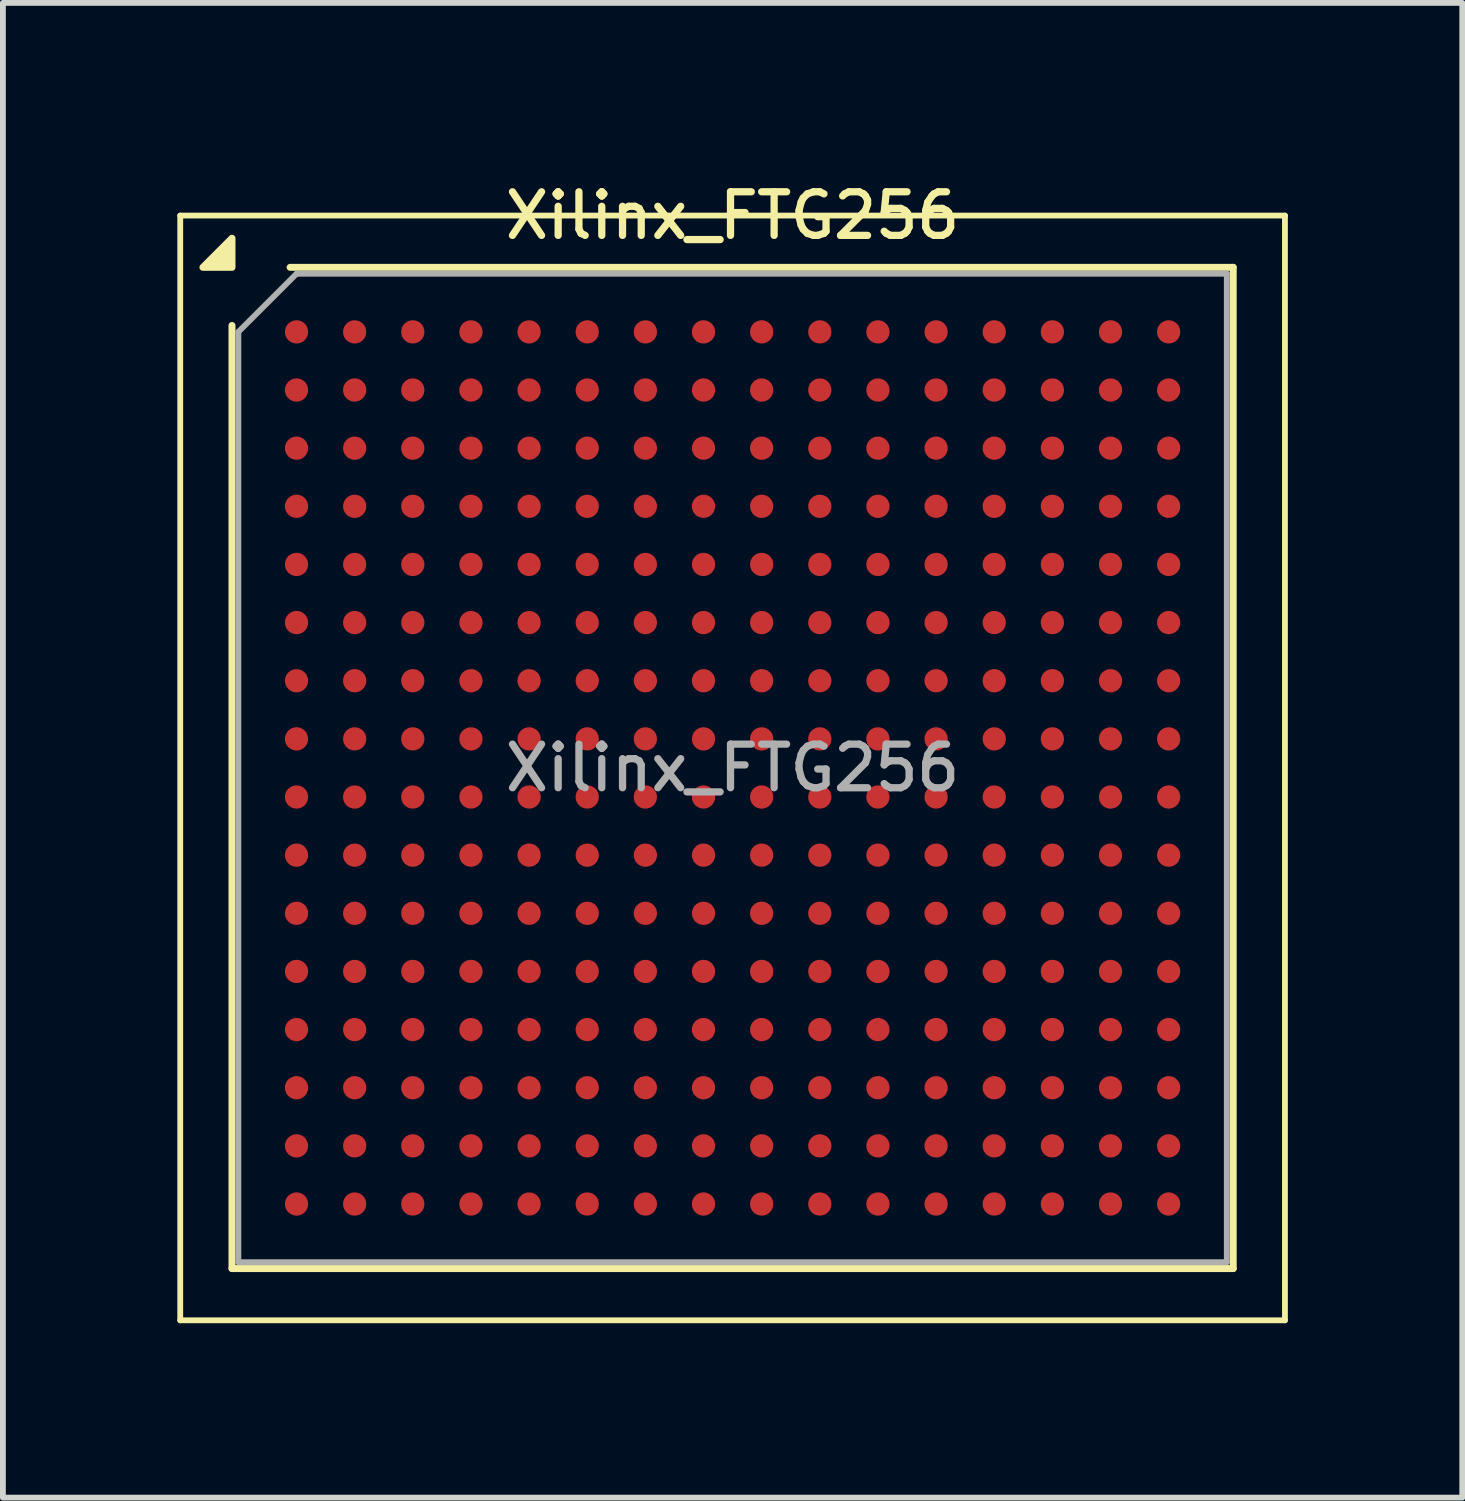
<source format=kicad_pcb>
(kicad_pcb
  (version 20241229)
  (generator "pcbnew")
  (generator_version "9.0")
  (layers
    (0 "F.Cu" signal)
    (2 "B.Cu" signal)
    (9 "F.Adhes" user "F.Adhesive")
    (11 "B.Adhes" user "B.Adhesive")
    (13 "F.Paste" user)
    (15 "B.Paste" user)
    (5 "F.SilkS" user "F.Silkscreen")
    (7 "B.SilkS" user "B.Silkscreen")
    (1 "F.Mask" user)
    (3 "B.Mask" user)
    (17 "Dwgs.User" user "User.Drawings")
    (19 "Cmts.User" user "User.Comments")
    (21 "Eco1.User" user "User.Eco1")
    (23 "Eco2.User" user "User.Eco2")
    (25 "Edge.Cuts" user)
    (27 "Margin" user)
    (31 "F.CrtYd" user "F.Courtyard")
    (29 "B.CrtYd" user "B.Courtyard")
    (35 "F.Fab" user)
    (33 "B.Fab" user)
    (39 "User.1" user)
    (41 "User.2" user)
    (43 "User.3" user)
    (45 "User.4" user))
  (footprint "Xilinx_FTG256"
    (layer "F.Cu")
    (at 9.55 10.158)
    (property "Reference" "Xilinx_FTG256" (at 0 -9.5 0) (layer "F.SilkS") (effects (font (size 0.75 0.75) (thickness 0.125))))
    (attr smd)
    (fp_line (start -9.5 -9.5) (end -9.5 9.5) (stroke (width 0.1) (type solid)) (layer "F.SilkS"))
    (fp_line (start -9.5 9.5) (end 9.5 9.5) (stroke (width 0.1) (type solid)) (layer "F.SilkS"))
    (fp_line (start -8.61 8.61) (end -8.61 -7.61) (stroke (width 0.12) (type solid)) (layer "F.SilkS"))
    (fp_line (start -7.61 -8.61) (end 8.61 -8.61) (stroke (width 0.12) (type solid)) (layer "F.SilkS"))
    (fp_line (start 8.61 -8.61) (end 8.61 8.61) (stroke (width 0.12) (type solid)) (layer "F.SilkS"))
    (fp_line (start 8.61 8.61) (end -8.61 8.61) (stroke (width 0.12) (type solid)) (layer "F.SilkS"))
    (fp_line (start 9.5 -9.5) (end -9.5 -9.5) (stroke (width 0.1) (type solid)) (layer "F.SilkS"))
    (fp_line (start 9.5 9.5) (end 9.5 -9.5) (stroke (width 0.1) (type solid)) (layer "F.SilkS"))
    (fp_poly (pts (xy -8.61 -8.61) (xy -9.11 -8.61) (xy -8.61 -9.11) (xy -8.61 -8.61)) (stroke (width 0.12) (type solid)) (fill yes) (layer "F.SilkS"))
    (fp_line (start -8.5 -7.5) (end -7.5 -8.5) (stroke (width 0.1) (type solid)) (layer "F.Fab"))
    (fp_line (start -8.5 8.5) (end -8.5 -7.5) (stroke (width 0.1) (type solid)) (layer "F.Fab"))
    (fp_line (start -7.5 -8.5) (end 8.5 -8.5) (stroke (width 0.1) (type solid)) (layer "F.Fab"))
    (fp_line (start 8.5 -8.5) (end 8.5 8.5) (stroke (width 0.1) (type solid)) (layer "F.Fab"))
    (fp_line (start 8.5 8.5) (end -8.5 8.5) (stroke (width 0.1) (type solid)) (layer "F.Fab"))
    (fp_text user "${REFERENCE}" (at 0 0 0) (layer "F.Fab") (effects (font (size 0.75 0.75) (thickness 0.125))))
    (pad "A1" smd circle (at -7.5 -7.5) (size 0.4 0.4) (property pad_prop_bga) (layers "F.Cu" "F.Mask" "F.Paste"))
    (pad "A2" smd circle (at -6.5 -7.5) (size 0.4 0.4) (property pad_prop_bga) (layers "F.Cu" "F.Mask" "F.Paste"))
    (pad "A3" smd circle (at -5.5 -7.5) (size 0.4 0.4) (property pad_prop_bga) (layers "F.Cu" "F.Mask" "F.Paste"))
    (pad "A4" smd circle (at -4.5 -7.5) (size 0.4 0.4) (property pad_prop_bga) (layers "F.Cu" "F.Mask" "F.Paste"))
    (pad "A5" smd circle (at -3.5 -7.5) (size 0.4 0.4) (property pad_prop_bga) (layers "F.Cu" "F.Mask" "F.Paste"))
    (pad "A6" smd circle (at -2.5 -7.5) (size 0.4 0.4) (property pad_prop_bga) (layers "F.Cu" "F.Mask" "F.Paste"))
    (pad "A7" smd circle (at -1.5 -7.5) (size 0.4 0.4) (property pad_prop_bga) (layers "F.Cu" "F.Mask" "F.Paste"))
    (pad "A8" smd circle (at -0.5 -7.5) (size 0.4 0.4) (property pad_prop_bga) (layers "F.Cu" "F.Mask" "F.Paste"))
    (pad "A9" smd circle (at 0.5 -7.5) (size 0.4 0.4) (property pad_prop_bga) (layers "F.Cu" "F.Mask" "F.Paste"))
    (pad "A10" smd circle (at 1.5 -7.5) (size 0.4 0.4) (property pad_prop_bga) (layers "F.Cu" "F.Mask" "F.Paste"))
    (pad "A11" smd circle (at 2.5 -7.5) (size 0.4 0.4) (property pad_prop_bga) (layers "F.Cu" "F.Mask" "F.Paste"))
    (pad "A12" smd circle (at 3.5 -7.5) (size 0.4 0.4) (property pad_prop_bga) (layers "F.Cu" "F.Mask" "F.Paste"))
    (pad "A13" smd circle (at 4.5 -7.5) (size 0.4 0.4) (property pad_prop_bga) (layers "F.Cu" "F.Mask" "F.Paste"))
    (pad "A14" smd circle (at 5.5 -7.5) (size 0.4 0.4) (property pad_prop_bga) (layers "F.Cu" "F.Mask" "F.Paste"))
    (pad "A15" smd circle (at 6.5 -7.5) (size 0.4 0.4) (property pad_prop_bga) (layers "F.Cu" "F.Mask" "F.Paste"))
    (pad "A16" smd circle (at 7.5 -7.5) (size 0.4 0.4) (property pad_prop_bga) (layers "F.Cu" "F.Mask" "F.Paste"))
    (pad "B1" smd circle (at -7.5 -6.5) (size 0.4 0.4) (property pad_prop_bga) (layers "F.Cu" "F.Mask" "F.Paste"))
    (pad "B2" smd circle (at -6.5 -6.5) (size 0.4 0.4) (property pad_prop_bga) (layers "F.Cu" "F.Mask" "F.Paste"))
    (pad "B3" smd circle (at -5.5 -6.5) (size 0.4 0.4) (property pad_prop_bga) (layers "F.Cu" "F.Mask" "F.Paste"))
    (pad "B4" smd circle (at -4.5 -6.5) (size 0.4 0.4) (property pad_prop_bga) (layers "F.Cu" "F.Mask" "F.Paste"))
    (pad "B5" smd circle (at -3.5 -6.5) (size 0.4 0.4) (property pad_prop_bga) (layers "F.Cu" "F.Mask" "F.Paste"))
    (pad "B6" smd circle (at -2.5 -6.5) (size 0.4 0.4) (property pad_prop_bga) (layers "F.Cu" "F.Mask" "F.Paste"))
    (pad "B7" smd circle (at -1.5 -6.5) (size 0.4 0.4) (property pad_prop_bga) (layers "F.Cu" "F.Mask" "F.Paste"))
    (pad "B8" smd circle (at -0.5 -6.5) (size 0.4 0.4) (property pad_prop_bga) (layers "F.Cu" "F.Mask" "F.Paste"))
    (pad "B9" smd circle (at 0.5 -6.5) (size 0.4 0.4) (property pad_prop_bga) (layers "F.Cu" "F.Mask" "F.Paste"))
    (pad "B10" smd circle (at 1.5 -6.5) (size 0.4 0.4) (property pad_prop_bga) (layers "F.Cu" "F.Mask" "F.Paste"))
    (pad "B11" smd circle (at 2.5 -6.5) (size 0.4 0.4) (property pad_prop_bga) (layers "F.Cu" "F.Mask" "F.Paste"))
    (pad "B12" smd circle (at 3.5 -6.5) (size 0.4 0.4) (property pad_prop_bga) (layers "F.Cu" "F.Mask" "F.Paste"))
    (pad "B13" smd circle (at 4.5 -6.5) (size 0.4 0.4) (property pad_prop_bga) (layers "F.Cu" "F.Mask" "F.Paste"))
    (pad "B14" smd circle (at 5.5 -6.5) (size 0.4 0.4) (property pad_prop_bga) (layers "F.Cu" "F.Mask" "F.Paste"))
    (pad "B15" smd circle (at 6.5 -6.5) (size 0.4 0.4) (property pad_prop_bga) (layers "F.Cu" "F.Mask" "F.Paste"))
    (pad "B16" smd circle (at 7.5 -6.5) (size 0.4 0.4) (property pad_prop_bga) (layers "F.Cu" "F.Mask" "F.Paste"))
    (pad "C1" smd circle (at -7.5 -5.5) (size 0.4 0.4) (property pad_prop_bga) (layers "F.Cu" "F.Mask" "F.Paste"))
    (pad "C2" smd circle (at -6.5 -5.5) (size 0.4 0.4) (property pad_prop_bga) (layers "F.Cu" "F.Mask" "F.Paste"))
    (pad "C3" smd circle (at -5.5 -5.5) (size 0.4 0.4) (property pad_prop_bga) (layers "F.Cu" "F.Mask" "F.Paste"))
    (pad "C4" smd circle (at -4.5 -5.5) (size 0.4 0.4) (property pad_prop_bga) (layers "F.Cu" "F.Mask" "F.Paste"))
    (pad "C5" smd circle (at -3.5 -5.5) (size 0.4 0.4) (property pad_prop_bga) (layers "F.Cu" "F.Mask" "F.Paste"))
    (pad "C6" smd circle (at -2.5 -5.5) (size 0.4 0.4) (property pad_prop_bga) (layers "F.Cu" "F.Mask" "F.Paste"))
    (pad "C7" smd circle (at -1.5 -5.5) (size 0.4 0.4) (property pad_prop_bga) (layers "F.Cu" "F.Mask" "F.Paste"))
    (pad "C8" smd circle (at -0.5 -5.5) (size 0.4 0.4) (property pad_prop_bga) (layers "F.Cu" "F.Mask" "F.Paste"))
    (pad "C9" smd circle (at 0.5 -5.5) (size 0.4 0.4) (property pad_prop_bga) (layers "F.Cu" "F.Mask" "F.Paste"))
    (pad "C10" smd circle (at 1.5 -5.5) (size 0.4 0.4) (property pad_prop_bga) (layers "F.Cu" "F.Mask" "F.Paste"))
    (pad "C11" smd circle (at 2.5 -5.5) (size 0.4 0.4) (property pad_prop_bga) (layers "F.Cu" "F.Mask" "F.Paste"))
    (pad "C12" smd circle (at 3.5 -5.5) (size 0.4 0.4) (property pad_prop_bga) (layers "F.Cu" "F.Mask" "F.Paste"))
    (pad "C13" smd circle (at 4.5 -5.5) (size 0.4 0.4) (property pad_prop_bga) (layers "F.Cu" "F.Mask" "F.Paste"))
    (pad "C14" smd circle (at 5.5 -5.5) (size 0.4 0.4) (property pad_prop_bga) (layers "F.Cu" "F.Mask" "F.Paste"))
    (pad "C15" smd circle (at 6.5 -5.5) (size 0.4 0.4) (property pad_prop_bga) (layers "F.Cu" "F.Mask" "F.Paste"))
    (pad "C16" smd circle (at 7.5 -5.5) (size 0.4 0.4) (property pad_prop_bga) (layers "F.Cu" "F.Mask" "F.Paste"))
    (pad "D1" smd circle (at -7.5 -4.5) (size 0.4 0.4) (property pad_prop_bga) (layers "F.Cu" "F.Mask" "F.Paste"))
    (pad "D2" smd circle (at -6.5 -4.5) (size 0.4 0.4) (property pad_prop_bga) (layers "F.Cu" "F.Mask" "F.Paste"))
    (pad "D3" smd circle (at -5.5 -4.5) (size 0.4 0.4) (property pad_prop_bga) (layers "F.Cu" "F.Mask" "F.Paste"))
    (pad "D4" smd circle (at -4.5 -4.5) (size 0.4 0.4) (property pad_prop_bga) (layers "F.Cu" "F.Mask" "F.Paste"))
    (pad "D5" smd circle (at -3.5 -4.5) (size 0.4 0.4) (property pad_prop_bga) (layers "F.Cu" "F.Mask" "F.Paste"))
    (pad "D6" smd circle (at -2.5 -4.5) (size 0.4 0.4) (property pad_prop_bga) (layers "F.Cu" "F.Mask" "F.Paste"))
    (pad "D7" smd circle (at -1.5 -4.5) (size 0.4 0.4) (property pad_prop_bga) (layers "F.Cu" "F.Mask" "F.Paste"))
    (pad "D8" smd circle (at -0.5 -4.5) (size 0.4 0.4) (property pad_prop_bga) (layers "F.Cu" "F.Mask" "F.Paste"))
    (pad "D9" smd circle (at 0.5 -4.5) (size 0.4 0.4) (property pad_prop_bga) (layers "F.Cu" "F.Mask" "F.Paste"))
    (pad "D10" smd circle (at 1.5 -4.5) (size 0.4 0.4) (property pad_prop_bga) (layers "F.Cu" "F.Mask" "F.Paste"))
    (pad "D11" smd circle (at 2.5 -4.5) (size 0.4 0.4) (property pad_prop_bga) (layers "F.Cu" "F.Mask" "F.Paste"))
    (pad "D12" smd circle (at 3.5 -4.5) (size 0.4 0.4) (property pad_prop_bga) (layers "F.Cu" "F.Mask" "F.Paste"))
    (pad "D13" smd circle (at 4.5 -4.5) (size 0.4 0.4) (property pad_prop_bga) (layers "F.Cu" "F.Mask" "F.Paste"))
    (pad "D14" smd circle (at 5.5 -4.5) (size 0.4 0.4) (property pad_prop_bga) (layers "F.Cu" "F.Mask" "F.Paste"))
    (pad "D15" smd circle (at 6.5 -4.5) (size 0.4 0.4) (property pad_prop_bga) (layers "F.Cu" "F.Mask" "F.Paste"))
    (pad "D16" smd circle (at 7.5 -4.5) (size 0.4 0.4) (property pad_prop_bga) (layers "F.Cu" "F.Mask" "F.Paste"))
    (pad "E1" smd circle (at -7.5 -3.5) (size 0.4 0.4) (property pad_prop_bga) (layers "F.Cu" "F.Mask" "F.Paste"))
    (pad "E2" smd circle (at -6.5 -3.5) (size 0.4 0.4) (property pad_prop_bga) (layers "F.Cu" "F.Mask" "F.Paste"))
    (pad "E3" smd circle (at -5.5 -3.5) (size 0.4 0.4) (property pad_prop_bga) (layers "F.Cu" "F.Mask" "F.Paste"))
    (pad "E4" smd circle (at -4.5 -3.5) (size 0.4 0.4) (property pad_prop_bga) (layers "F.Cu" "F.Mask" "F.Paste"))
    (pad "E5" smd circle (at -3.5 -3.5) (size 0.4 0.4) (property pad_prop_bga) (layers "F.Cu" "F.Mask" "F.Paste"))
    (pad "E6" smd circle (at -2.5 -3.5) (size 0.4 0.4) (property pad_prop_bga) (layers "F.Cu" "F.Mask" "F.Paste"))
    (pad "E7" smd circle (at -1.5 -3.5) (size 0.4 0.4) (property pad_prop_bga) (layers "F.Cu" "F.Mask" "F.Paste"))
    (pad "E8" smd circle (at -0.5 -3.5) (size 0.4 0.4) (property pad_prop_bga) (layers "F.Cu" "F.Mask" "F.Paste"))
    (pad "E9" smd circle (at 0.5 -3.5) (size 0.4 0.4) (property pad_prop_bga) (layers "F.Cu" "F.Mask" "F.Paste"))
    (pad "E10" smd circle (at 1.5 -3.5) (size 0.4 0.4) (property pad_prop_bga) (layers "F.Cu" "F.Mask" "F.Paste"))
    (pad "E11" smd circle (at 2.5 -3.5) (size 0.4 0.4) (property pad_prop_bga) (layers "F.Cu" "F.Mask" "F.Paste"))
    (pad "E12" smd circle (at 3.5 -3.5) (size 0.4 0.4) (property pad_prop_bga) (layers "F.Cu" "F.Mask" "F.Paste"))
    (pad "E13" smd circle (at 4.5 -3.5) (size 0.4 0.4) (property pad_prop_bga) (layers "F.Cu" "F.Mask" "F.Paste"))
    (pad "E14" smd circle (at 5.5 -3.5) (size 0.4 0.4) (property pad_prop_bga) (layers "F.Cu" "F.Mask" "F.Paste"))
    (pad "E15" smd circle (at 6.5 -3.5) (size 0.4 0.4) (property pad_prop_bga) (layers "F.Cu" "F.Mask" "F.Paste"))
    (pad "E16" smd circle (at 7.5 -3.5) (size 0.4 0.4) (property pad_prop_bga) (layers "F.Cu" "F.Mask" "F.Paste"))
    (pad "F1" smd circle (at -7.5 -2.5) (size 0.4 0.4) (property pad_prop_bga) (layers "F.Cu" "F.Mask" "F.Paste"))
    (pad "F2" smd circle (at -6.5 -2.5) (size 0.4 0.4) (property pad_prop_bga) (layers "F.Cu" "F.Mask" "F.Paste"))
    (pad "F3" smd circle (at -5.5 -2.5) (size 0.4 0.4) (property pad_prop_bga) (layers "F.Cu" "F.Mask" "F.Paste"))
    (pad "F4" smd circle (at -4.5 -2.5) (size 0.4 0.4) (property pad_prop_bga) (layers "F.Cu" "F.Mask" "F.Paste"))
    (pad "F5" smd circle (at -3.5 -2.5) (size 0.4 0.4) (property pad_prop_bga) (layers "F.Cu" "F.Mask" "F.Paste"))
    (pad "F6" smd circle (at -2.5 -2.5) (size 0.4 0.4) (property pad_prop_bga) (layers "F.Cu" "F.Mask" "F.Paste"))
    (pad "F7" smd circle (at -1.5 -2.5) (size 0.4 0.4) (property pad_prop_bga) (layers "F.Cu" "F.Mask" "F.Paste"))
    (pad "F8" smd circle (at -0.5 -2.5) (size 0.4 0.4) (property pad_prop_bga) (layers "F.Cu" "F.Mask" "F.Paste"))
    (pad "F9" smd circle (at 0.5 -2.5) (size 0.4 0.4) (property pad_prop_bga) (layers "F.Cu" "F.Mask" "F.Paste"))
    (pad "F10" smd circle (at 1.5 -2.5) (size 0.4 0.4) (property pad_prop_bga) (layers "F.Cu" "F.Mask" "F.Paste"))
    (pad "F11" smd circle (at 2.5 -2.5) (size 0.4 0.4) (property pad_prop_bga) (layers "F.Cu" "F.Mask" "F.Paste"))
    (pad "F12" smd circle (at 3.5 -2.5) (size 0.4 0.4) (property pad_prop_bga) (layers "F.Cu" "F.Mask" "F.Paste"))
    (pad "F13" smd circle (at 4.5 -2.5) (size 0.4 0.4) (property pad_prop_bga) (layers "F.Cu" "F.Mask" "F.Paste"))
    (pad "F14" smd circle (at 5.5 -2.5) (size 0.4 0.4) (property pad_prop_bga) (layers "F.Cu" "F.Mask" "F.Paste"))
    (pad "F15" smd circle (at 6.5 -2.5) (size 0.4 0.4) (property pad_prop_bga) (layers "F.Cu" "F.Mask" "F.Paste"))
    (pad "F16" smd circle (at 7.5 -2.5) (size 0.4 0.4) (property pad_prop_bga) (layers "F.Cu" "F.Mask" "F.Paste"))
    (pad "G1" smd circle (at -7.5 -1.5) (size 0.4 0.4) (property pad_prop_bga) (layers "F.Cu" "F.Mask" "F.Paste"))
    (pad "G2" smd circle (at -6.5 -1.5) (size 0.4 0.4) (property pad_prop_bga) (layers "F.Cu" "F.Mask" "F.Paste"))
    (pad "G3" smd circle (at -5.5 -1.5) (size 0.4 0.4) (property pad_prop_bga) (layers "F.Cu" "F.Mask" "F.Paste"))
    (pad "G4" smd circle (at -4.5 -1.5) (size 0.4 0.4) (property pad_prop_bga) (layers "F.Cu" "F.Mask" "F.Paste"))
    (pad "G5" smd circle (at -3.5 -1.5) (size 0.4 0.4) (property pad_prop_bga) (layers "F.Cu" "F.Mask" "F.Paste"))
    (pad "G6" smd circle (at -2.5 -1.5) (size 0.4 0.4) (property pad_prop_bga) (layers "F.Cu" "F.Mask" "F.Paste"))
    (pad "G7" smd circle (at -1.5 -1.5) (size 0.4 0.4) (property pad_prop_bga) (layers "F.Cu" "F.Mask" "F.Paste"))
    (pad "G8" smd circle (at -0.5 -1.5) (size 0.4 0.4) (property pad_prop_bga) (layers "F.Cu" "F.Mask" "F.Paste"))
    (pad "G9" smd circle (at 0.5 -1.5) (size 0.4 0.4) (property pad_prop_bga) (layers "F.Cu" "F.Mask" "F.Paste"))
    (pad "G10" smd circle (at 1.5 -1.5) (size 0.4 0.4) (property pad_prop_bga) (layers "F.Cu" "F.Mask" "F.Paste"))
    (pad "G11" smd circle (at 2.5 -1.5) (size 0.4 0.4) (property pad_prop_bga) (layers "F.Cu" "F.Mask" "F.Paste"))
    (pad "G12" smd circle (at 3.5 -1.5) (size 0.4 0.4) (property pad_prop_bga) (layers "F.Cu" "F.Mask" "F.Paste"))
    (pad "G13" smd circle (at 4.5 -1.5) (size 0.4 0.4) (property pad_prop_bga) (layers "F.Cu" "F.Mask" "F.Paste"))
    (pad "G14" smd circle (at 5.5 -1.5) (size 0.4 0.4) (property pad_prop_bga) (layers "F.Cu" "F.Mask" "F.Paste"))
    (pad "G15" smd circle (at 6.5 -1.5) (size 0.4 0.4) (property pad_prop_bga) (layers "F.Cu" "F.Mask" "F.Paste"))
    (pad "G16" smd circle (at 7.5 -1.5) (size 0.4 0.4) (property pad_prop_bga) (layers "F.Cu" "F.Mask" "F.Paste"))
    (pad "H1" smd circle (at -7.5 -0.5) (size 0.4 0.4) (property pad_prop_bga) (layers "F.Cu" "F.Mask" "F.Paste"))
    (pad "H2" smd circle (at -6.5 -0.5) (size 0.4 0.4) (property pad_prop_bga) (layers "F.Cu" "F.Mask" "F.Paste"))
    (pad "H3" smd circle (at -5.5 -0.5) (size 0.4 0.4) (property pad_prop_bga) (layers "F.Cu" "F.Mask" "F.Paste"))
    (pad "H4" smd circle (at -4.5 -0.5) (size 0.4 0.4) (property pad_prop_bga) (layers "F.Cu" "F.Mask" "F.Paste"))
    (pad "H5" smd circle (at -3.5 -0.5) (size 0.4 0.4) (property pad_prop_bga) (layers "F.Cu" "F.Mask" "F.Paste"))
    (pad "H6" smd circle (at -2.5 -0.5) (size 0.4 0.4) (property pad_prop_bga) (layers "F.Cu" "F.Mask" "F.Paste"))
    (pad "H7" smd circle (at -1.5 -0.5) (size 0.4 0.4) (property pad_prop_bga) (layers "F.Cu" "F.Mask" "F.Paste"))
    (pad "H8" smd circle (at -0.5 -0.5) (size 0.4 0.4) (property pad_prop_bga) (layers "F.Cu" "F.Mask" "F.Paste"))
    (pad "H9" smd circle (at 0.5 -0.5) (size 0.4 0.4) (property pad_prop_bga) (layers "F.Cu" "F.Mask" "F.Paste"))
    (pad "H10" smd circle (at 1.5 -0.5) (size 0.4 0.4) (property pad_prop_bga) (layers "F.Cu" "F.Mask" "F.Paste"))
    (pad "H11" smd circle (at 2.5 -0.5) (size 0.4 0.4) (property pad_prop_bga) (layers "F.Cu" "F.Mask" "F.Paste"))
    (pad "H12" smd circle (at 3.5 -0.5) (size 0.4 0.4) (property pad_prop_bga) (layers "F.Cu" "F.Mask" "F.Paste"))
    (pad "H13" smd circle (at 4.5 -0.5) (size 0.4 0.4) (property pad_prop_bga) (layers "F.Cu" "F.Mask" "F.Paste"))
    (pad "H14" smd circle (at 5.5 -0.5) (size 0.4 0.4) (property pad_prop_bga) (layers "F.Cu" "F.Mask" "F.Paste"))
    (pad "H15" smd circle (at 6.5 -0.5) (size 0.4 0.4) (property pad_prop_bga) (layers "F.Cu" "F.Mask" "F.Paste"))
    (pad "H16" smd circle (at 7.5 -0.5) (size 0.4 0.4) (property pad_prop_bga) (layers "F.Cu" "F.Mask" "F.Paste"))
    (pad "J1" smd circle (at -7.5 0.5) (size 0.4 0.4) (property pad_prop_bga) (layers "F.Cu" "F.Mask" "F.Paste"))
    (pad "J2" smd circle (at -6.5 0.5) (size 0.4 0.4) (property pad_prop_bga) (layers "F.Cu" "F.Mask" "F.Paste"))
    (pad "J3" smd circle (at -5.5 0.5) (size 0.4 0.4) (property pad_prop_bga) (layers "F.Cu" "F.Mask" "F.Paste"))
    (pad "J4" smd circle (at -4.5 0.5) (size 0.4 0.4) (property pad_prop_bga) (layers "F.Cu" "F.Mask" "F.Paste"))
    (pad "J5" smd circle (at -3.5 0.5) (size 0.4 0.4) (property pad_prop_bga) (layers "F.Cu" "F.Mask" "F.Paste"))
    (pad "J6" smd circle (at -2.5 0.5) (size 0.4 0.4) (property pad_prop_bga) (layers "F.Cu" "F.Mask" "F.Paste"))
    (pad "J7" smd circle (at -1.5 0.5) (size 0.4 0.4) (property pad_prop_bga) (layers "F.Cu" "F.Mask" "F.Paste"))
    (pad "J8" smd circle (at -0.5 0.5) (size 0.4 0.4) (property pad_prop_bga) (layers "F.Cu" "F.Mask" "F.Paste"))
    (pad "J9" smd circle (at 0.5 0.5) (size 0.4 0.4) (property pad_prop_bga) (layers "F.Cu" "F.Mask" "F.Paste"))
    (pad "J10" smd circle (at 1.5 0.5) (size 0.4 0.4) (property pad_prop_bga) (layers "F.Cu" "F.Mask" "F.Paste"))
    (pad "J11" smd circle (at 2.5 0.5) (size 0.4 0.4) (property pad_prop_bga) (layers "F.Cu" "F.Mask" "F.Paste"))
    (pad "J12" smd circle (at 3.5 0.5) (size 0.4 0.4) (property pad_prop_bga) (layers "F.Cu" "F.Mask" "F.Paste"))
    (pad "J13" smd circle (at 4.5 0.5) (size 0.4 0.4) (property pad_prop_bga) (layers "F.Cu" "F.Mask" "F.Paste"))
    (pad "J14" smd circle (at 5.5 0.5) (size 0.4 0.4) (property pad_prop_bga) (layers "F.Cu" "F.Mask" "F.Paste"))
    (pad "J15" smd circle (at 6.5 0.5) (size 0.4 0.4) (property pad_prop_bga) (layers "F.Cu" "F.Mask" "F.Paste"))
    (pad "J16" smd circle (at 7.5 0.5) (size 0.4 0.4) (property pad_prop_bga) (layers "F.Cu" "F.Mask" "F.Paste"))
    (pad "K1" smd circle (at -7.5 1.5) (size 0.4 0.4) (property pad_prop_bga) (layers "F.Cu" "F.Mask" "F.Paste"))
    (pad "K2" smd circle (at -6.5 1.5) (size 0.4 0.4) (property pad_prop_bga) (layers "F.Cu" "F.Mask" "F.Paste"))
    (pad "K3" smd circle (at -5.5 1.5) (size 0.4 0.4) (property pad_prop_bga) (layers "F.Cu" "F.Mask" "F.Paste"))
    (pad "K4" smd circle (at -4.5 1.5) (size 0.4 0.4) (property pad_prop_bga) (layers "F.Cu" "F.Mask" "F.Paste"))
    (pad "K5" smd circle (at -3.5 1.5) (size 0.4 0.4) (property pad_prop_bga) (layers "F.Cu" "F.Mask" "F.Paste"))
    (pad "K6" smd circle (at -2.5 1.5) (size 0.4 0.4) (property pad_prop_bga) (layers "F.Cu" "F.Mask" "F.Paste"))
    (pad "K7" smd circle (at -1.5 1.5) (size 0.4 0.4) (property pad_prop_bga) (layers "F.Cu" "F.Mask" "F.Paste"))
    (pad "K8" smd circle (at -0.5 1.5) (size 0.4 0.4) (property pad_prop_bga) (layers "F.Cu" "F.Mask" "F.Paste"))
    (pad "K9" smd circle (at 0.5 1.5) (size 0.4 0.4) (property pad_prop_bga) (layers "F.Cu" "F.Mask" "F.Paste"))
    (pad "K10" smd circle (at 1.5 1.5) (size 0.4 0.4) (property pad_prop_bga) (layers "F.Cu" "F.Mask" "F.Paste"))
    (pad "K11" smd circle (at 2.5 1.5) (size 0.4 0.4) (property pad_prop_bga) (layers "F.Cu" "F.Mask" "F.Paste"))
    (pad "K12" smd circle (at 3.5 1.5) (size 0.4 0.4) (property pad_prop_bga) (layers "F.Cu" "F.Mask" "F.Paste"))
    (pad "K13" smd circle (at 4.5 1.5) (size 0.4 0.4) (property pad_prop_bga) (layers "F.Cu" "F.Mask" "F.Paste"))
    (pad "K14" smd circle (at 5.5 1.5) (size 0.4 0.4) (property pad_prop_bga) (layers "F.Cu" "F.Mask" "F.Paste"))
    (pad "K15" smd circle (at 6.5 1.5) (size 0.4 0.4) (property pad_prop_bga) (layers "F.Cu" "F.Mask" "F.Paste"))
    (pad "K16" smd circle (at 7.5 1.5) (size 0.4 0.4) (property pad_prop_bga) (layers "F.Cu" "F.Mask" "F.Paste"))
    (pad "L1" smd circle (at -7.5 2.5) (size 0.4 0.4) (property pad_prop_bga) (layers "F.Cu" "F.Mask" "F.Paste"))
    (pad "L2" smd circle (at -6.5 2.5) (size 0.4 0.4) (property pad_prop_bga) (layers "F.Cu" "F.Mask" "F.Paste"))
    (pad "L3" smd circle (at -5.5 2.5) (size 0.4 0.4) (property pad_prop_bga) (layers "F.Cu" "F.Mask" "F.Paste"))
    (pad "L4" smd circle (at -4.5 2.5) (size 0.4 0.4) (property pad_prop_bga) (layers "F.Cu" "F.Mask" "F.Paste"))
    (pad "L5" smd circle (at -3.5 2.5) (size 0.4 0.4) (property pad_prop_bga) (layers "F.Cu" "F.Mask" "F.Paste"))
    (pad "L6" smd circle (at -2.5 2.5) (size 0.4 0.4) (property pad_prop_bga) (layers "F.Cu" "F.Mask" "F.Paste"))
    (pad "L7" smd circle (at -1.5 2.5) (size 0.4 0.4) (property pad_prop_bga) (layers "F.Cu" "F.Mask" "F.Paste"))
    (pad "L8" smd circle (at -0.5 2.5) (size 0.4 0.4) (property pad_prop_bga) (layers "F.Cu" "F.Mask" "F.Paste"))
    (pad "L9" smd circle (at 0.5 2.5) (size 0.4 0.4) (property pad_prop_bga) (layers "F.Cu" "F.Mask" "F.Paste"))
    (pad "L10" smd circle (at 1.5 2.5) (size 0.4 0.4) (property pad_prop_bga) (layers "F.Cu" "F.Mask" "F.Paste"))
    (pad "L11" smd circle (at 2.5 2.5) (size 0.4 0.4) (property pad_prop_bga) (layers "F.Cu" "F.Mask" "F.Paste"))
    (pad "L12" smd circle (at 3.5 2.5) (size 0.4 0.4) (property pad_prop_bga) (layers "F.Cu" "F.Mask" "F.Paste"))
    (pad "L13" smd circle (at 4.5 2.5) (size 0.4 0.4) (property pad_prop_bga) (layers "F.Cu" "F.Mask" "F.Paste"))
    (pad "L14" smd circle (at 5.5 2.5) (size 0.4 0.4) (property pad_prop_bga) (layers "F.Cu" "F.Mask" "F.Paste"))
    (pad "L15" smd circle (at 6.5 2.5) (size 0.4 0.4) (property pad_prop_bga) (layers "F.Cu" "F.Mask" "F.Paste"))
    (pad "L16" smd circle (at 7.5 2.5) (size 0.4 0.4) (property pad_prop_bga) (layers "F.Cu" "F.Mask" "F.Paste"))
    (pad "M1" smd circle (at -7.5 3.5) (size 0.4 0.4) (property pad_prop_bga) (layers "F.Cu" "F.Mask" "F.Paste"))
    (pad "M2" smd circle (at -6.5 3.5) (size 0.4 0.4) (property pad_prop_bga) (layers "F.Cu" "F.Mask" "F.Paste"))
    (pad "M3" smd circle (at -5.5 3.5) (size 0.4 0.4) (property pad_prop_bga) (layers "F.Cu" "F.Mask" "F.Paste"))
    (pad "M4" smd circle (at -4.5 3.5) (size 0.4 0.4) (property pad_prop_bga) (layers "F.Cu" "F.Mask" "F.Paste"))
    (pad "M5" smd circle (at -3.5 3.5) (size 0.4 0.4) (property pad_prop_bga) (layers "F.Cu" "F.Mask" "F.Paste"))
    (pad "M6" smd circle (at -2.5 3.5) (size 0.4 0.4) (property pad_prop_bga) (layers "F.Cu" "F.Mask" "F.Paste"))
    (pad "M7" smd circle (at -1.5 3.5) (size 0.4 0.4) (property pad_prop_bga) (layers "F.Cu" "F.Mask" "F.Paste"))
    (pad "M8" smd circle (at -0.5 3.5) (size 0.4 0.4) (property pad_prop_bga) (layers "F.Cu" "F.Mask" "F.Paste"))
    (pad "M9" smd circle (at 0.5 3.5) (size 0.4 0.4) (property pad_prop_bga) (layers "F.Cu" "F.Mask" "F.Paste"))
    (pad "M10" smd circle (at 1.5 3.5) (size 0.4 0.4) (property pad_prop_bga) (layers "F.Cu" "F.Mask" "F.Paste"))
    (pad "M11" smd circle (at 2.5 3.5) (size 0.4 0.4) (property pad_prop_bga) (layers "F.Cu" "F.Mask" "F.Paste"))
    (pad "M12" smd circle (at 3.5 3.5) (size 0.4 0.4) (property pad_prop_bga) (layers "F.Cu" "F.Mask" "F.Paste"))
    (pad "M13" smd circle (at 4.5 3.5) (size 0.4 0.4) (property pad_prop_bga) (layers "F.Cu" "F.Mask" "F.Paste"))
    (pad "M14" smd circle (at 5.5 3.5) (size 0.4 0.4) (property pad_prop_bga) (layers "F.Cu" "F.Mask" "F.Paste"))
    (pad "M15" smd circle (at 6.5 3.5) (size 0.4 0.4) (property pad_prop_bga) (layers "F.Cu" "F.Mask" "F.Paste"))
    (pad "M16" smd circle (at 7.5 3.5) (size 0.4 0.4) (property pad_prop_bga) (layers "F.Cu" "F.Mask" "F.Paste"))
    (pad "N1" smd circle (at -7.5 4.5) (size 0.4 0.4) (property pad_prop_bga) (layers "F.Cu" "F.Mask" "F.Paste"))
    (pad "N2" smd circle (at -6.5 4.5) (size 0.4 0.4) (property pad_prop_bga) (layers "F.Cu" "F.Mask" "F.Paste"))
    (pad "N3" smd circle (at -5.5 4.5) (size 0.4 0.4) (property pad_prop_bga) (layers "F.Cu" "F.Mask" "F.Paste"))
    (pad "N4" smd circle (at -4.5 4.5) (size 0.4 0.4) (property pad_prop_bga) (layers "F.Cu" "F.Mask" "F.Paste"))
    (pad "N5" smd circle (at -3.5 4.5) (size 0.4 0.4) (property pad_prop_bga) (layers "F.Cu" "F.Mask" "F.Paste"))
    (pad "N6" smd circle (at -2.5 4.5) (size 0.4 0.4) (property pad_prop_bga) (layers "F.Cu" "F.Mask" "F.Paste"))
    (pad "N7" smd circle (at -1.5 4.5) (size 0.4 0.4) (property pad_prop_bga) (layers "F.Cu" "F.Mask" "F.Paste"))
    (pad "N8" smd circle (at -0.5 4.5) (size 0.4 0.4) (property pad_prop_bga) (layers "F.Cu" "F.Mask" "F.Paste"))
    (pad "N9" smd circle (at 0.5 4.5) (size 0.4 0.4) (property pad_prop_bga) (layers "F.Cu" "F.Mask" "F.Paste"))
    (pad "N10" smd circle (at 1.5 4.5) (size 0.4 0.4) (property pad_prop_bga) (layers "F.Cu" "F.Mask" "F.Paste"))
    (pad "N11" smd circle (at 2.5 4.5) (size 0.4 0.4) (property pad_prop_bga) (layers "F.Cu" "F.Mask" "F.Paste"))
    (pad "N12" smd circle (at 3.5 4.5) (size 0.4 0.4) (property pad_prop_bga) (layers "F.Cu" "F.Mask" "F.Paste"))
    (pad "N13" smd circle (at 4.5 4.5) (size 0.4 0.4) (property pad_prop_bga) (layers "F.Cu" "F.Mask" "F.Paste"))
    (pad "N14" smd circle (at 5.5 4.5) (size 0.4 0.4) (property pad_prop_bga) (layers "F.Cu" "F.Mask" "F.Paste"))
    (pad "N15" smd circle (at 6.5 4.5) (size 0.4 0.4) (property pad_prop_bga) (layers "F.Cu" "F.Mask" "F.Paste"))
    (pad "N16" smd circle (at 7.5 4.5) (size 0.4 0.4) (property pad_prop_bga) (layers "F.Cu" "F.Mask" "F.Paste"))
    (pad "P1" smd circle (at -7.5 5.5) (size 0.4 0.4) (property pad_prop_bga) (layers "F.Cu" "F.Mask" "F.Paste"))
    (pad "P2" smd circle (at -6.5 5.5) (size 0.4 0.4) (property pad_prop_bga) (layers "F.Cu" "F.Mask" "F.Paste"))
    (pad "P3" smd circle (at -5.5 5.5) (size 0.4 0.4) (property pad_prop_bga) (layers "F.Cu" "F.Mask" "F.Paste"))
    (pad "P4" smd circle (at -4.5 5.5) (size 0.4 0.4) (property pad_prop_bga) (layers "F.Cu" "F.Mask" "F.Paste"))
    (pad "P5" smd circle (at -3.5 5.5) (size 0.4 0.4) (property pad_prop_bga) (layers "F.Cu" "F.Mask" "F.Paste"))
    (pad "P6" smd circle (at -2.5 5.5) (size 0.4 0.4) (property pad_prop_bga) (layers "F.Cu" "F.Mask" "F.Paste"))
    (pad "P7" smd circle (at -1.5 5.5) (size 0.4 0.4) (property pad_prop_bga) (layers "F.Cu" "F.Mask" "F.Paste"))
    (pad "P8" smd circle (at -0.5 5.5) (size 0.4 0.4) (property pad_prop_bga) (layers "F.Cu" "F.Mask" "F.Paste"))
    (pad "P9" smd circle (at 0.5 5.5) (size 0.4 0.4) (property pad_prop_bga) (layers "F.Cu" "F.Mask" "F.Paste"))
    (pad "P10" smd circle (at 1.5 5.5) (size 0.4 0.4) (property pad_prop_bga) (layers "F.Cu" "F.Mask" "F.Paste"))
    (pad "P11" smd circle (at 2.5 5.5) (size 0.4 0.4) (property pad_prop_bga) (layers "F.Cu" "F.Mask" "F.Paste"))
    (pad "P12" smd circle (at 3.5 5.5) (size 0.4 0.4) (property pad_prop_bga) (layers "F.Cu" "F.Mask" "F.Paste"))
    (pad "P13" smd circle (at 4.5 5.5) (size 0.4 0.4) (property pad_prop_bga) (layers "F.Cu" "F.Mask" "F.Paste"))
    (pad "P14" smd circle (at 5.5 5.5) (size 0.4 0.4) (property pad_prop_bga) (layers "F.Cu" "F.Mask" "F.Paste"))
    (pad "P15" smd circle (at 6.5 5.5) (size 0.4 0.4) (property pad_prop_bga) (layers "F.Cu" "F.Mask" "F.Paste"))
    (pad "P16" smd circle (at 7.5 5.5) (size 0.4 0.4) (property pad_prop_bga) (layers "F.Cu" "F.Mask" "F.Paste"))
    (pad "R1" smd circle (at -7.5 6.5) (size 0.4 0.4) (property pad_prop_bga) (layers "F.Cu" "F.Mask" "F.Paste"))
    (pad "R2" smd circle (at -6.5 6.5) (size 0.4 0.4) (property pad_prop_bga) (layers "F.Cu" "F.Mask" "F.Paste"))
    (pad "R3" smd circle (at -5.5 6.5) (size 0.4 0.4) (property pad_prop_bga) (layers "F.Cu" "F.Mask" "F.Paste"))
    (pad "R4" smd circle (at -4.5 6.5) (size 0.4 0.4) (property pad_prop_bga) (layers "F.Cu" "F.Mask" "F.Paste"))
    (pad "R5" smd circle (at -3.5 6.5) (size 0.4 0.4) (property pad_prop_bga) (layers "F.Cu" "F.Mask" "F.Paste"))
    (pad "R6" smd circle (at -2.5 6.5) (size 0.4 0.4) (property pad_prop_bga) (layers "F.Cu" "F.Mask" "F.Paste"))
    (pad "R7" smd circle (at -1.5 6.5) (size 0.4 0.4) (property pad_prop_bga) (layers "F.Cu" "F.Mask" "F.Paste"))
    (pad "R8" smd circle (at -0.5 6.5) (size 0.4 0.4) (property pad_prop_bga) (layers "F.Cu" "F.Mask" "F.Paste"))
    (pad "R9" smd circle (at 0.5 6.5) (size 0.4 0.4) (property pad_prop_bga) (layers "F.Cu" "F.Mask" "F.Paste"))
    (pad "R10" smd circle (at 1.5 6.5) (size 0.4 0.4) (property pad_prop_bga) (layers "F.Cu" "F.Mask" "F.Paste"))
    (pad "R11" smd circle (at 2.5 6.5) (size 0.4 0.4) (property pad_prop_bga) (layers "F.Cu" "F.Mask" "F.Paste"))
    (pad "R12" smd circle (at 3.5 6.5) (size 0.4 0.4) (property pad_prop_bga) (layers "F.Cu" "F.Mask" "F.Paste"))
    (pad "R13" smd circle (at 4.5 6.5) (size 0.4 0.4) (property pad_prop_bga) (layers "F.Cu" "F.Mask" "F.Paste"))
    (pad "R14" smd circle (at 5.5 6.5) (size 0.4 0.4) (property pad_prop_bga) (layers "F.Cu" "F.Mask" "F.Paste"))
    (pad "R15" smd circle (at 6.5 6.5) (size 0.4 0.4) (property pad_prop_bga) (layers "F.Cu" "F.Mask" "F.Paste"))
    (pad "R16" smd circle (at 7.5 6.5) (size 0.4 0.4) (property pad_prop_bga) (layers "F.Cu" "F.Mask" "F.Paste"))
    (pad "T1" smd circle (at -7.5 7.5) (size 0.4 0.4) (property pad_prop_bga) (layers "F.Cu" "F.Mask" "F.Paste"))
    (pad "T2" smd circle (at -6.5 7.5) (size 0.4 0.4) (property pad_prop_bga) (layers "F.Cu" "F.Mask" "F.Paste"))
    (pad "T3" smd circle (at -5.5 7.5) (size 0.4 0.4) (property pad_prop_bga) (layers "F.Cu" "F.Mask" "F.Paste"))
    (pad "T4" smd circle (at -4.5 7.5) (size 0.4 0.4) (property pad_prop_bga) (layers "F.Cu" "F.Mask" "F.Paste"))
    (pad "T5" smd circle (at -3.5 7.5) (size 0.4 0.4) (property pad_prop_bga) (layers "F.Cu" "F.Mask" "F.Paste"))
    (pad "T6" smd circle (at -2.5 7.5) (size 0.4 0.4) (property pad_prop_bga) (layers "F.Cu" "F.Mask" "F.Paste"))
    (pad "T7" smd circle (at -1.5 7.5) (size 0.4 0.4) (property pad_prop_bga) (layers "F.Cu" "F.Mask" "F.Paste"))
    (pad "T8" smd circle (at -0.5 7.5) (size 0.4 0.4) (property pad_prop_bga) (layers "F.Cu" "F.Mask" "F.Paste"))
    (pad "T9" smd circle (at 0.5 7.5) (size 0.4 0.4) (property pad_prop_bga) (layers "F.Cu" "F.Mask" "F.Paste"))
    (pad "T10" smd circle (at 1.5 7.5) (size 0.4 0.4) (property pad_prop_bga) (layers "F.Cu" "F.Mask" "F.Paste"))
    (pad "T11" smd circle (at 2.5 7.5) (size 0.4 0.4) (property pad_prop_bga) (layers "F.Cu" "F.Mask" "F.Paste"))
    (pad "T12" smd circle (at 3.5 7.5) (size 0.4 0.4) (property pad_prop_bga) (layers "F.Cu" "F.Mask" "F.Paste"))
    (pad "T13" smd circle (at 4.5 7.5) (size 0.4 0.4) (property pad_prop_bga) (layers "F.Cu" "F.Mask" "F.Paste"))
    (pad "T14" smd circle (at 5.5 7.5) (size 0.4 0.4) (property pad_prop_bga) (layers "F.Cu" "F.Mask" "F.Paste"))
    (pad "T15" smd circle (at 6.5 7.5) (size 0.4 0.4) (property pad_prop_bga) (layers "F.Cu" "F.Mask" "F.Paste"))
    (pad "T16" smd circle (at 7.5 7.5) (size 0.4 0.4) (property pad_prop_bga) (layers "F.Cu" "F.Mask" "F.Paste")))
  (gr_rect
    (start -3 -3)
    (end 22.1 22.708)
    (stroke (width 0.1) (type default))
    (fill no)
    (layer "Edge.Cuts")))
</source>
